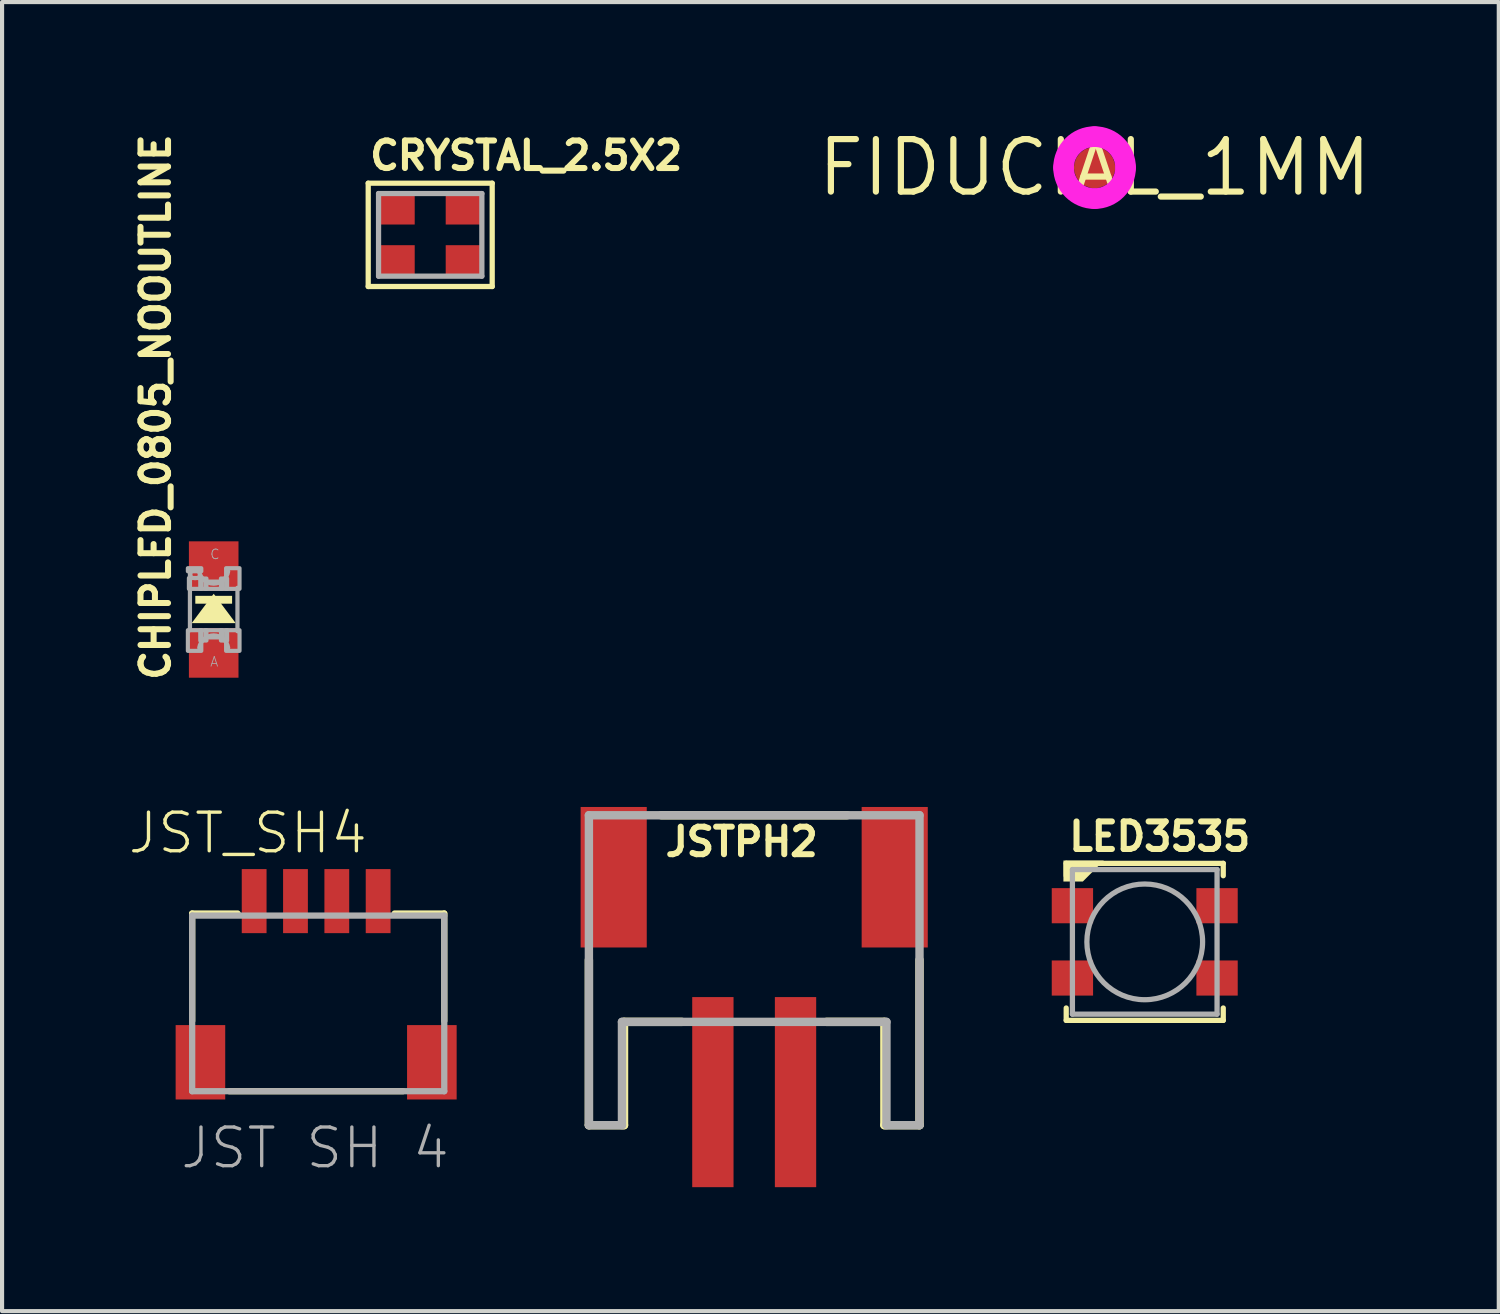
<source format=kicad_pcb>
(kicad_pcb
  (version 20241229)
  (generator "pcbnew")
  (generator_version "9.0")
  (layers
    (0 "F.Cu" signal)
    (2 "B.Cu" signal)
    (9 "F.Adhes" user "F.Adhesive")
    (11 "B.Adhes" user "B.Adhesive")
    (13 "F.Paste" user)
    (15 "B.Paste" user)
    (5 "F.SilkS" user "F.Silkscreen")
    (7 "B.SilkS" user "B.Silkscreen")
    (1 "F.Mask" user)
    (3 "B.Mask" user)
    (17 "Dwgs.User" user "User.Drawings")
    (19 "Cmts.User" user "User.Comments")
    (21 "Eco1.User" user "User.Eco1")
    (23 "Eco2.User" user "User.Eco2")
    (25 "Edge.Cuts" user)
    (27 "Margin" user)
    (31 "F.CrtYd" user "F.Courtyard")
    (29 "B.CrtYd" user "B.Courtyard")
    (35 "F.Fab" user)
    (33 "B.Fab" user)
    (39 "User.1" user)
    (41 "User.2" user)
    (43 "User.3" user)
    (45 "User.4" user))
  (footprint "CRYSTAL_2.5X2"
    (layer "F.Cu")
    (at 7.36 2.633)
    (property "Reference" "CRYSTAL_2.5X2" (at -1.532 -1.528 0) (layer "F.SilkS") (effects (font (size 0.666 0.666) (thickness 0.146)) (justify left bottom)))
    (fp_line (start -1.5 -1.25) (end 1.5 -1.25) (stroke (width 0.127) (type solid)) (layer "F.SilkS"))
    (fp_line (start -1.5 1.25) (end -1.5 -1.25) (stroke (width 0.127) (type solid)) (layer "F.SilkS"))
    (fp_line (start 1.5 -1.25) (end 1.5 1.25) (stroke (width 0.127) (type solid)) (layer "F.SilkS"))
    (fp_line (start 1.5 1.25) (end -1.5 1.25) (stroke (width 0.127) (type solid)) (layer "F.SilkS"))
    (fp_line (start -1.25 -1) (end 1.25 -1) (stroke (width 0.127) (type solid)) (layer "F.Fab"))
    (fp_line (start -1.25 1) (end -1.25 -1) (stroke (width 0.127) (type solid)) (layer "F.Fab"))
    (fp_line (start 1.25 -1) (end 1.25 1) (stroke (width 0.127) (type solid)) (layer "F.Fab"))
    (fp_line (start 1.25 1) (end -1.25 1) (stroke (width 0.127) (type solid)) (layer "F.Fab"))
    (pad "1" smd rect (at -0.825 0.625) (size 0.9 0.75) (layers "F.Cu" "F.Mask" "F.Paste"))
    (pad "2" smd rect (at 0.825 0.625) (size 0.9 0.75) (layers "F.Cu" "F.Mask" "F.Paste"))
    (pad "3" smd rect (at 0.825 -0.625) (size 0.9 0.75) (layers "F.Cu" "F.Mask" "F.Paste"))
    (pad "4" smd rect (at -0.825 -0.625) (size 0.9 0.75) (layers "F.Cu" "F.Mask" "F.Paste")))
  (footprint "JSTPH2"
    (layer "F.Cu")
    (at 15.2 19.677)
    (property "Reference" "JSTPH2" (at -2.223 -1.968 0) (layer "F.SilkS") (effects (font (size 0.666 0.666) (thickness 0.146)) (justify left bottom)))
    (fp_line (start -4 4.5) (end -4 0.5) (stroke (width 0.203) (type solid)) (layer "F.SilkS"))
    (fp_line (start -3.15 2) (end -3.15 4.5) (stroke (width 0.203) (type solid)) (layer "F.SilkS"))
    (fp_line (start -3.15 4.5) (end -4 4.5) (stroke (width 0.203) (type solid)) (layer "F.SilkS"))
    (fp_line (start -2.25 -3) (end 2.25 -3) (stroke (width 0.203) (type solid)) (layer "F.SilkS"))
    (fp_line (start -1.75 2) (end -3.15 2) (stroke (width 0.203) (type solid)) (layer "F.SilkS"))
    (fp_line (start 3.15 2) (end 1.75 2) (stroke (width 0.203) (type solid)) (layer "F.SilkS"))
    (fp_line (start 3.15 4.5) (end 3.15 2) (stroke (width 0.203) (type solid)) (layer "F.SilkS"))
    (fp_line (start 4 0.5) (end 4 4.5) (stroke (width 0.203) (type solid)) (layer "F.SilkS"))
    (fp_line (start 4 4.5) (end 3.15 4.5) (stroke (width 0.203) (type solid)) (layer "F.SilkS"))
    (fp_line (start -4 -3) (end 4 -3) (stroke (width 0.203) (type solid)) (layer "F.Fab"))
    (fp_line (start -4 4.5) (end -4 -3) (stroke (width 0.203) (type solid)) (layer "F.Fab"))
    (fp_line (start -3.2 2) (end -3.2 4.5) (stroke (width 0.203) (type solid)) (layer "F.Fab"))
    (fp_line (start -3.2 4.5) (end -4 4.5) (stroke (width 0.203) (type solid)) (layer "F.Fab"))
    (fp_line (start 3.2 2) (end -3.2 2) (stroke (width 0.203) (type solid)) (layer "F.Fab"))
    (fp_line (start 3.2 4.5) (end 3.2 2) (stroke (width 0.203) (type solid)) (layer "F.Fab"))
    (fp_line (start 4 -3) (end 4 4.5) (stroke (width 0.203) (type solid)) (layer "F.Fab"))
    (fp_line (start 4 4.5) (end 3.2 4.5) (stroke (width 0.203) (type solid)) (layer "F.Fab"))
    (pad "1" smd rect (at -1 3.7) (size 1 4.6) (layers "F.Cu" "F.Mask" "F.Paste"))
    (pad "2" smd rect (at 1 3.7) (size 1 4.6) (layers "F.Cu" "F.Mask" "F.Paste"))
    (pad "NC1" smd rect (at -3.4 -1.5 90) (size 3.4 1.6) (layers "F.Cu" "F.Mask" "F.Paste"))
    (pad "NC2" smd rect (at 3.4 -1.5 90) (size 3.4 1.6) (layers "F.Cu" "F.Mask" "F.Paste")))
  (footprint "CHIPLED_0805_NOOUTLINE"
    (layer "F.Cu")
    (at 2.121 11.699)
    (property "Reference" "CHIPLED_0805_NOOUTLINE" (at -1.016 1.778 90) (layer "F.SilkS") (effects (font (size 0.666 0.666) (thickness 0.146)) (justify left bottom)))
    (fp_poly (pts (xy 0.533 0.33) (xy -0.533 0.33) (xy 0 -0.381)) (stroke (width 0) (type solid)) (fill yes) (layer "F.SilkS"))
    (fp_poly (pts (xy -0.445 -0.141) (xy 0.445 -0.141) (xy 0.445 -0.331) (xy -0.445 -0.331)) (stroke (width 0) (type solid)) (fill yes) (layer "F.SilkS"))
    (fp_line (start -0.575 0.5) (end -0.575 -0.925) (stroke (width 0.102) (type solid)) (layer "F.Fab"))
    (fp_line (start 0.575 -0.525) (end 0.575 0.525) (stroke (width 0.102) (type solid)) (layer "F.Fab"))
    (fp_arc (start -0.35 0.925) (mid -0.000001 0.625027) (end 0.35 0.924998) (stroke (width 0.1016) (type solid)) (layer "F.Fab"))
    (fp_arc (start 0.35 -0.924998) (mid -0.000001 -0.625027) (end -0.35 -0.925) (stroke (width 0.1016) (type solid)) (layer "F.Fab"))
    (fp_circle (center -0.45 -0.85) (end -0.347 -0.85) (stroke (width 0.076) (type solid)) (fill no) (layer "F.Fab"))
    (fp_poly (pts (xy -0.625 -0.925) (xy -0.3 -0.925) (xy -0.3 -1) (xy -0.625 -1)) (stroke (width 0.1) (type solid)) (fill no) (layer "F.Fab"))
    (fp_poly (pts (xy -0.625 1) (xy -0.3 1) (xy -0.3 0.5) (xy -0.625 0.5)) (stroke (width 0.1) (type solid)) (fill no) (layer "F.Fab"))
    (fp_poly (pts (xy -0.6 -0.5) (xy -0.3 -0.5) (xy -0.3 -0.762) (xy -0.6 -0.762)) (stroke (width 0.1) (type solid)) (fill no) (layer "F.Fab"))
    (fp_poly (pts (xy -0.325 -0.5) (xy -0.175 -0.5) (xy -0.175 -0.75) (xy -0.325 -0.75)) (stroke (width 0.1) (type solid)) (fill no) (layer "F.Fab"))
    (fp_poly (pts (xy -0.325 0.75) (xy -0.175 0.75) (xy -0.175 0.5) (xy -0.325 0.5)) (stroke (width 0.1) (type solid)) (fill no) (layer "F.Fab"))
    (fp_poly (pts (xy -0.2 -0.5) (xy 0.2 -0.5) (xy 0.2 -0.675) (xy -0.2 -0.675)) (stroke (width 0.1) (type solid)) (fill no) (layer "F.Fab"))
    (fp_poly (pts (xy -0.2 0.675) (xy 0.2 0.675) (xy 0.2 0.5) (xy -0.2 0.5)) (stroke (width 0.1) (type solid)) (fill no) (layer "F.Fab"))
    (fp_poly (pts (xy 0.175 -0.5) (xy 0.325 -0.5) (xy 0.325 -0.75) (xy 0.175 -0.75)) (stroke (width 0.1) (type solid)) (fill no) (layer "F.Fab"))
    (fp_poly (pts (xy 0.175 0.75) (xy 0.325 0.75) (xy 0.325 0.5) (xy 0.175 0.5)) (stroke (width 0.1) (type solid)) (fill no) (layer "F.Fab"))
    (fp_poly (pts (xy 0.3 -0.5) (xy 0.625 -0.5) (xy 0.625 -1) (xy 0.3 -1)) (stroke (width 0.1) (type solid)) (fill no) (layer "F.Fab"))
    (fp_poly (pts (xy 0.3 1) (xy 0.625 1) (xy 0.625 0.5) (xy 0.3 0.5)) (stroke (width 0.1) (type solid)) (fill no) (layer "F.Fab"))
    (fp_text user "A" (at -0.1 1.4 0) (layer "F.Fab") (effects (font (size 0.234 0.234) (thickness 0.02)) (justify left bottom)))
    (fp_text user "C" (at -0.1 -1.2 0) (layer "F.Fab") (effects (font (size 0.234 0.234) (thickness 0.02)) (justify left bottom)))
    (pad "A" smd rect (at 0 1.05) (size 1.2 1.2) (layers "F.Cu" "F.Mask" "F.Paste"))
    (pad "C" smd rect (at 0 -1.05) (size 1.2 1.2) (layers "F.Cu" "F.Mask" "F.Paste")))
  (footprint "JST_SH4"
    (layer "F.Cu")
    (at 4.6 21.269)
    (property "Reference" "JST_SH4" (at -4.6 -3.614 0) (layer "F.SilkS") (effects (font (size 0.935 0.935) (thickness 0.081)) (justify left bottom)))
    (fp_line (start -3 -2.214) (end -1.9 -2.214) (stroke (width 0.152) (type solid)) (layer "F.SilkS"))
    (fp_line (start -3 0.386) (end -3 -2.214) (stroke (width 0.152) (type solid)) (layer "F.SilkS"))
    (fp_line (start -2.1 2.086) (end 2.1 2.086) (stroke (width 0.152) (type solid)) (layer "F.SilkS"))
    (fp_line (start 1.9 -2.214) (end 3.1 -2.214) (stroke (width 0.152) (type solid)) (layer "F.SilkS"))
    (fp_line (start 3.1 -2.214) (end 3.1 0.386) (stroke (width 0.152) (type solid)) (layer "F.SilkS"))
    (fp_line (start -3 -2.164) (end 3.1 -2.164) (stroke (width 0.152) (type solid)) (layer "F.Fab"))
    (fp_line (start -3 2.086) (end -3 -2.164) (stroke (width 0.152) (type solid)) (layer "F.Fab"))
    (fp_line (start 3.1 -2.164) (end 3.1 2.086) (stroke (width 0.152) (type solid)) (layer "F.Fab"))
    (fp_line (start 3.1 2.086) (end -3 2.086) (stroke (width 0.152) (type solid)) (layer "F.Fab"))
    (fp_text user "JST SH 4" (at -3.33 4.006 0) (layer "F.Fab") (effects (font (size 0.935 0.935) (thickness 0.081)) (justify left bottom)))
    (pad "1" smd rect (at -1.5 -2.514 90) (size 1.55 0.6) (layers "F.Cu" "F.Mask" "F.Paste"))
    (pad "2" smd rect (at -0.5 -2.514 90) (size 1.55 0.6) (layers "F.Cu" "F.Mask" "F.Paste"))
    (pad "3" smd rect (at 0.5 -2.514 90) (size 1.55 0.6) (layers "F.Cu" "F.Mask" "F.Paste"))
    (pad "4" smd rect (at 1.5 -2.514 90) (size 1.55 0.6) (layers "F.Cu" "F.Mask" "F.Paste"))
    (pad "MT1" smd rect (at -2.8 1.386 90) (size 1.8 1.2) (layers "F.Cu" "F.Mask" "F.Paste"))
    (pad "MT2" smd rect (at 2.8 1.386 90) (size 1.8 1.2) (layers "F.Cu" "F.Mask" "F.Paste")))
  (footprint "FIDUCIAL_1MM"
    (layer "F.Cu")
    (at 23.436 1.006)
    (property "Reference" "FIDUCIAL_1MM" (at 0 0 0) (layer "F.SilkS") (effects (font (size 1.27 1.27) (thickness 0.15))))
    (fp_arc (start -0.75 0) (mid -0.53033 -0.53033) (end 0 -0.75) (stroke (width 0.5) (type solid)) (layer "F.Mask"))
    (fp_arc (start 0 -0.75) (mid 0.53033 -0.53033) (end 0.75 0) (stroke (width 0.5) (type solid)) (layer "F.Mask"))
    (fp_arc (start 0 0.75) (mid -0.53033 0.53033) (end -0.75 0) (stroke (width 0.5) (type solid)) (layer "F.Mask"))
    (fp_arc (start 0.75 0) (mid 0.53033 0.53033) (end 0 0.75) (stroke (width 0.5) (type solid)) (layer "F.Mask"))
    (fp_arc (start -0.75 0) (mid -0.53033 -0.53033) (end 0 -0.75) (stroke (width 0.5) (type solid)) (layer "F.CrtYd"))
    (fp_arc (start 0 -0.75) (mid 0.53033 -0.53033) (end 0.75 0) (stroke (width 0.5) (type solid)) (layer "F.CrtYd"))
    (fp_arc (start 0 0.75) (mid -0.53033 0.53033) (end -0.75 0) (stroke (width 0.5) (type solid)) (layer "F.CrtYd"))
    (fp_arc (start 0.75 0) (mid 0.53033 0.53033) (end 0 0.75) (stroke (width 0.5) (type solid)) (layer "F.CrtYd"))
    (pad "1" smd roundrect (at 0 0) (size 1 1) (layers "F.Cu" "F.Mask") (roundrect_rratio 0.5)))
  (footprint "LED3535"
    (layer "F.Cu")
    (at 24.65 19.741)
    (property "Reference" "LED3535" (at -1.905 -2.159 0) (layer "F.SilkS") (effects (font (size 0.666 0.666) (thickness 0.146)) (justify left bottom)))
    (fp_line (start -1.9 -1.9) (end 1.9 -1.9) (stroke (width 0.127) (type solid)) (layer "F.SilkS"))
    (fp_line (start -1.9 -1.6) (end -1.9 -1.9) (stroke (width 0.127) (type solid)) (layer "F.SilkS"))
    (fp_line (start -1.9 1.6) (end -1.9 1.9) (stroke (width 0.127) (type solid)) (layer "F.SilkS"))
    (fp_line (start -1.9 1.9) (end 1.9 1.9) (stroke (width 0.127) (type solid)) (layer "F.SilkS"))
    (fp_line (start 1.9 -1.9) (end 1.9 -1.6) (stroke (width 0.127) (type solid)) (layer "F.SilkS"))
    (fp_line (start 1.9 1.9) (end 1.9 1.6) (stroke (width 0.127) (type solid)) (layer "F.SilkS"))
    (fp_poly (pts (xy -1.498 -1.46) (xy -1.968 -1.46) (xy -1.968 -1.968) (xy -0.99 -1.968)) (stroke (width 0) (type solid)) (fill yes) (layer "F.SilkS"))
    (fp_line (start -1.75 -1.75) (end 1.75 -1.75) (stroke (width 0.127) (type solid)) (layer "F.Fab"))
    (fp_line (start -1.75 1.75) (end -1.75 -1.75) (stroke (width 0.127) (type solid)) (layer "F.Fab"))
    (fp_line (start 1.75 -1.75) (end 1.75 1.75) (stroke (width 0.127) (type solid)) (layer "F.Fab"))
    (fp_line (start 1.75 1.75) (end -1.75 1.75) (stroke (width 0.127) (type solid)) (layer "F.Fab"))
    (fp_circle (center 0 0) (end 1.4 0) (stroke (width 0.127) (type solid)) (fill no) (layer "F.Fab"))
    (pad "1" smd rect (at -1.75 -0.875 90) (size 0.85 1) (layers "F.Cu" "F.Mask" "F.Paste"))
    (pad "2" smd rect (at -1.75 0.875 90) (size 0.85 1) (layers "F.Cu" "F.Mask" "F.Paste"))
    (pad "3" smd rect (at 1.75 0.875 90) (size 0.85 1) (layers "F.Cu" "F.Mask" "F.Paste"))
    (pad "4" smd rect (at 1.75 -0.875 90) (size 0.85 1) (layers "F.Cu" "F.Mask" "F.Paste")))
  (gr_rect
    (start -3 -3)
    (end 33.217 28.677)
    (stroke (width 0.1) (type default))
    (fill no)
    (layer "Edge.Cuts")))
</source>
